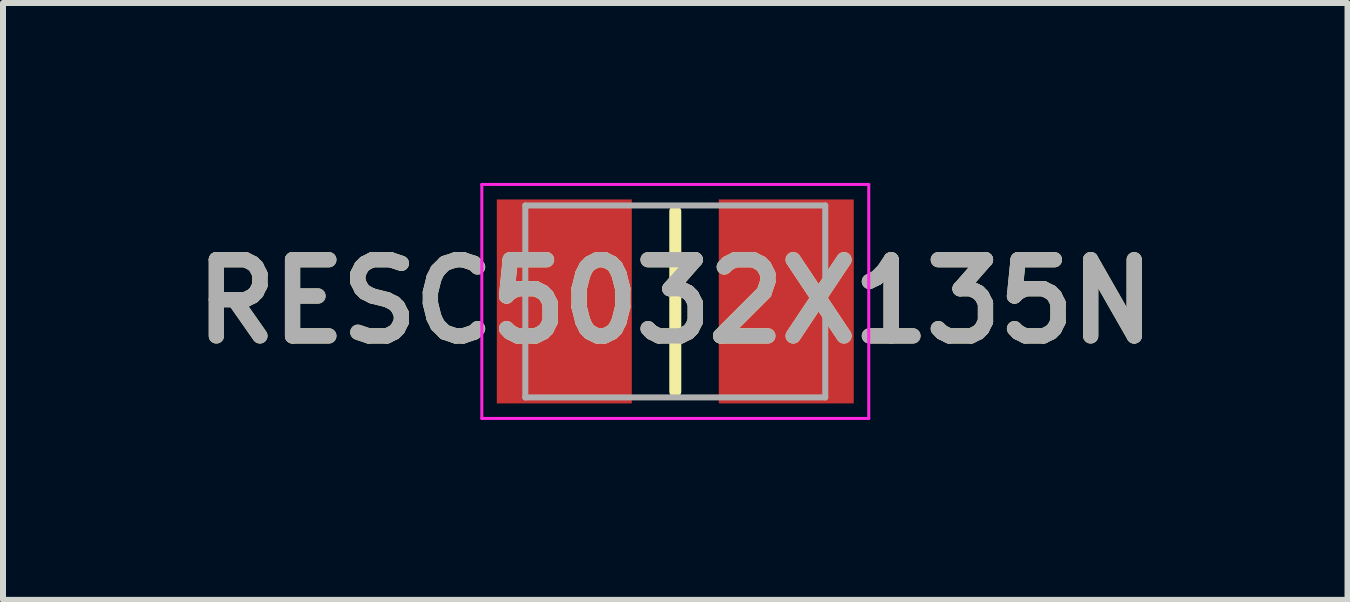
<source format=kicad_pcb>
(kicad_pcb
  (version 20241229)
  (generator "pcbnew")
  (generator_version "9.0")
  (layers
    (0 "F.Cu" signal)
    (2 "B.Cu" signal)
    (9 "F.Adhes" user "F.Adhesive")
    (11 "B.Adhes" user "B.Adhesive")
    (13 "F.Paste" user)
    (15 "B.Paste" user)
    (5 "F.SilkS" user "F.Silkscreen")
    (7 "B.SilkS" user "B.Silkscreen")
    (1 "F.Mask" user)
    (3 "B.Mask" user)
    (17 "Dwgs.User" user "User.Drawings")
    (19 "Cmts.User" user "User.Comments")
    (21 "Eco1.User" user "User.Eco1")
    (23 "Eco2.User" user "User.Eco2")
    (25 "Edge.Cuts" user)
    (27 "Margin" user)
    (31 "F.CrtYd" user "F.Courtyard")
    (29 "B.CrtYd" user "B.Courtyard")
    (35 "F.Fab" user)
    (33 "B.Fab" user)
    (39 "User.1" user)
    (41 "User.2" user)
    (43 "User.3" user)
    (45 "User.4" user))
  (footprint "RESC5032X135N"
    (layer "F.Cu")
    (at 8.207 1.975)
    (property "Reference" "RESC5032X135N" (at 0 0 0) (layer "F.SilkS") (effects (font (size 1.27 1.27) (thickness 0.254))))
    (attr smd)
    (fp_line (start 0 -1.5) (end 0 1.5) (stroke (width 0.2) (type solid)) (layer "F.SilkS"))
    (fp_line (start -3.225 -1.95) (end 3.225 -1.95) (stroke (width 0.05) (type solid)) (layer "F.CrtYd"))
    (fp_line (start -3.225 1.95) (end -3.225 -1.95) (stroke (width 0.05) (type solid)) (layer "F.CrtYd"))
    (fp_line (start 3.225 -1.95) (end 3.225 1.95) (stroke (width 0.05) (type solid)) (layer "F.CrtYd"))
    (fp_line (start 3.225 1.95) (end -3.225 1.95) (stroke (width 0.05) (type solid)) (layer "F.CrtYd"))
    (fp_line (start -2.5 -1.6) (end 2.5 -1.6) (stroke (width 0.1) (type solid)) (layer "F.Fab"))
    (fp_line (start -2.5 1.6) (end -2.5 -1.6) (stroke (width 0.1) (type solid)) (layer "F.Fab"))
    (fp_line (start 2.5 -1.6) (end 2.5 1.6) (stroke (width 0.1) (type solid)) (layer "F.Fab"))
    (fp_line (start 2.5 1.6) (end -2.5 1.6) (stroke (width 0.1) (type solid)) (layer "F.Fab"))
    (fp_text user "${REFERENCE}" (at 0 0 0) (layer "F.Fab") (effects (font (size 1.27 1.27) (thickness 0.254))))
    (pad "1" smd rect (at -1.85 0) (size 2.25 3.4) (layers "F.Cu" "F.Mask" "F.Paste"))
    (pad "2" smd rect (at 1.85 0) (size 2.25 3.4) (layers "F.Cu" "F.Mask" "F.Paste")))
  (gr_rect
    (start -3 -3)
    (end 19.413 6.95)
    (stroke (width 0.1) (type default))
    (fill no)
    (layer "Edge.Cuts")))
</source>
